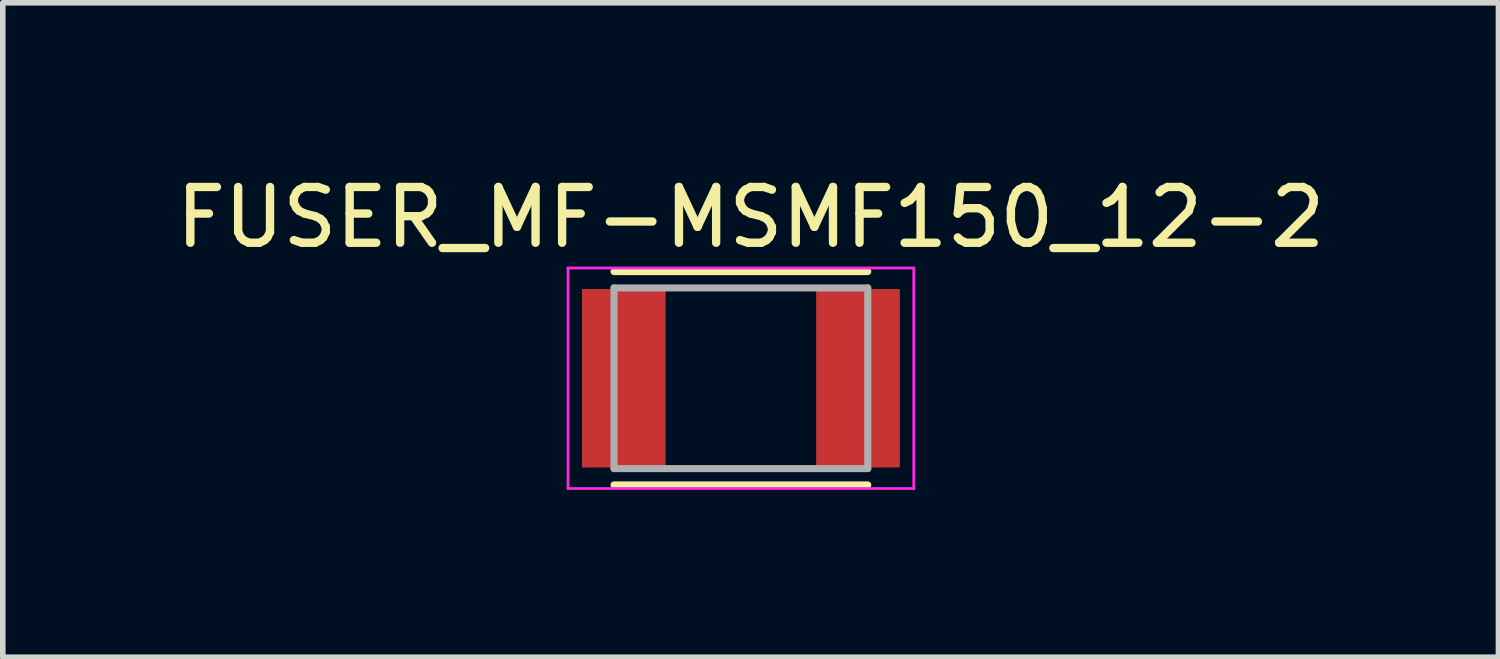
<source format=kicad_pcb>
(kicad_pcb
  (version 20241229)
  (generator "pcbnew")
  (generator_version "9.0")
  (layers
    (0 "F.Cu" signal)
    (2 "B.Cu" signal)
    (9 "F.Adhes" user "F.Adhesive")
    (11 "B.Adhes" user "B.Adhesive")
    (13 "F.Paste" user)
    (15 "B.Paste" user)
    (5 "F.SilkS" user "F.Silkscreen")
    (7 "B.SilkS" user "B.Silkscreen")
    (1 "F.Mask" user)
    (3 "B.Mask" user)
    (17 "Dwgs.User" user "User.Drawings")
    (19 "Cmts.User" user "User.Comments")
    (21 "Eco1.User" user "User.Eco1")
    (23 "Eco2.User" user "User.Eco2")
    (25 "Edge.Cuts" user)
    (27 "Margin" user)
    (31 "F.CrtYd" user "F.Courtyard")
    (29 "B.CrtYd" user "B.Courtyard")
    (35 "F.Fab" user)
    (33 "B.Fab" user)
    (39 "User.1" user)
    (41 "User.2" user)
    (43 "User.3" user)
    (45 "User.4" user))
  (footprint "FUSER_MF-MSMF150_12-2"
    (layer "F.Cu")
    (at 10.236 3.733)
    (property "Reference" "FUSER_MF-MSMF150_12-2" (at 0.175 -2.885 0) (layer "F.SilkS") (effects (font (size 1 1) (thickness 0.15))))
    (attr smd)
    (fp_line (start -2.275 1.913) (end 2.275 1.913) (stroke (width 0.127) (type solid)) (layer "F.SilkS"))
    (fp_line (start 2.275 -1.913) (end -2.275 -1.913) (stroke (width 0.127) (type solid)) (layer "F.SilkS"))
    (fp_line (start -3.1 -1.977) (end 3.1 -1.977) (stroke (width 0.05) (type solid)) (layer "F.CrtYd"))
    (fp_line (start -3.1 1.977) (end -3.1 -1.977) (stroke (width 0.05) (type solid)) (layer "F.CrtYd"))
    (fp_line (start 3.1 -1.977) (end 3.1 1.977) (stroke (width 0.05) (type solid)) (layer "F.CrtYd"))
    (fp_line (start 3.1 1.977) (end -3.1 1.977) (stroke (width 0.05) (type solid)) (layer "F.CrtYd"))
    (fp_line (start -2.275 -1.62) (end -2.275 1.62) (stroke (width 0.127) (type solid)) (layer "F.Fab"))
    (fp_line (start -2.275 1.62) (end 2.275 1.62) (stroke (width 0.127) (type solid)) (layer "F.Fab"))
    (fp_line (start 2.275 -1.62) (end -2.275 -1.62) (stroke (width 0.127) (type solid)) (layer "F.Fab"))
    (fp_line (start 2.275 1.62) (end 2.275 -1.62) (stroke (width 0.127) (type solid)) (layer "F.Fab"))
    (pad "1" smd rect (at -2.1 0) (size 1.5 3.2) (layers "F.Cu" "F.Mask" "F.Paste"))
    (pad "2" smd rect (at 2.1 0) (size 1.5 3.2) (layers "F.Cu" "F.Mask" "F.Paste")))
  (gr_rect
    (start -3 -3)
    (end 23.821 8.735)
    (stroke (width 0.1) (type default))
    (fill no)
    (layer "Edge.Cuts")))
</source>
